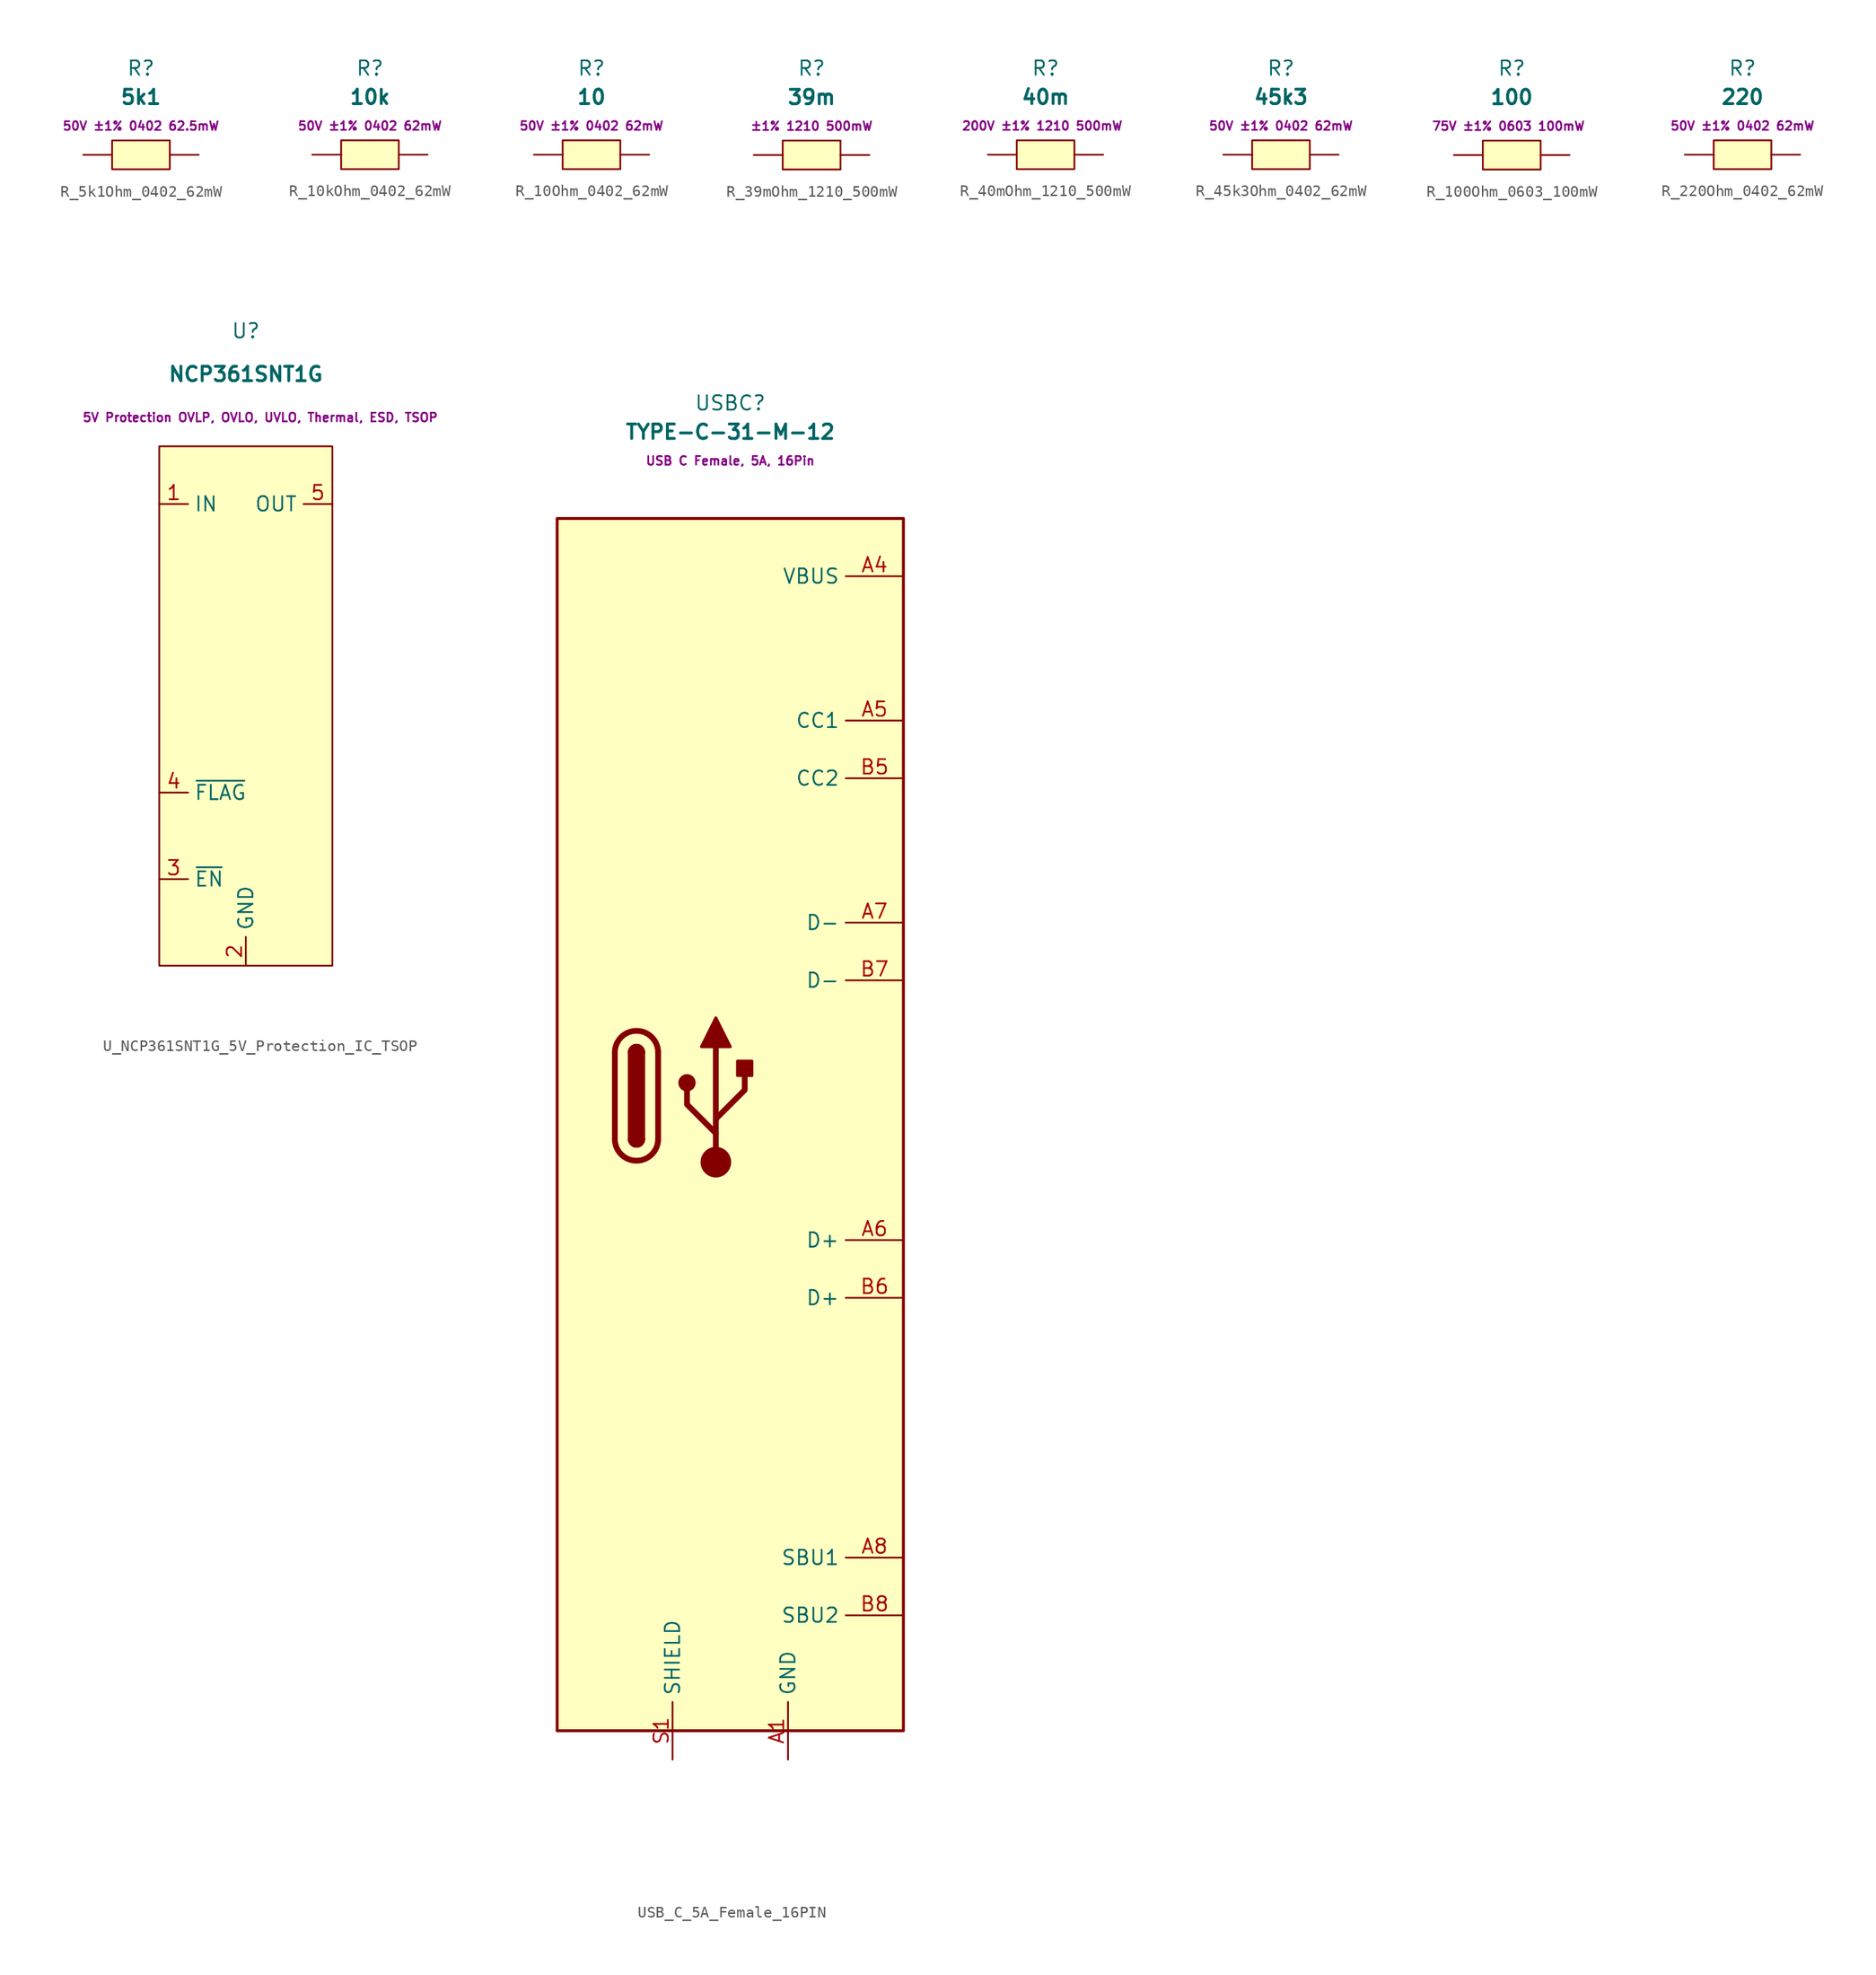
<source format=kicad_sym>
(kicad_symbol_lib
  (version 20231120)
  (generator "kicad_symbol_editor")
  (generator_version "8.0")
  (symbol "R_5k1Ohm_0402_62mW"
    (pin_numbers hide)
    (pin_names hide)
    (property "Reference" "R"
      (at 0 7.62 0)
      (effects (font (size 1.27 1.27))))
    (property "Value" "5k1"
      (at 0 5.08 0)
      (effects (font (size 1.27 1.27) (bold yes))))
    (property "Extra Values" "50V ±1% 0402 62.5mW"
      (at 0 2.54 0)
      (effects (font (size 0.762 0.762) (bold yes))))
    (symbol "R_5k1Ohm_0402_62mW_0_1"
      (rectangle (start -2.54 1.27) (end 2.54 -1.27) (stroke (width 0) (type default)) (fill (type background))))
    (symbol "R_5k1Ohm_0402_62mW_1_1"
      (pin passive line (at -5.08 0 0) (length 2.54) (name "1" (effects (font (size 1.27 1.27)))) (number "1" (effects (font (size 1.27 1.27)))))
      (pin passive line (at 5.08 0 180) (length 2.54) (name "2" (effects (font (size 1.27 1.27)))) (number "2" (effects (font (size 1.27 1.27)))))))
  (symbol "R_10kOhm_0402_62mW"
    (pin_numbers hide)
    (pin_names hide)
    (property "Reference" "R"
      (at 0 7.62 0)
      (effects (font (size 1.27 1.27))))
    (property "Value" "10k"
      (at 0 5.08 0)
      (effects (font (size 1.27 1.27) (bold yes))))
    (property "Extra Values" "50V ±1% 0402 62mW"
      (at 0 2.54 0)
      (effects (font (size 0.762 0.762) (bold yes))))
    (symbol "R_10kOhm_0402_62mW_0_1"
      (rectangle (start -2.54 1.27) (end 2.54 -1.27) (stroke (width 0) (type default)) (fill (type background))))
    (symbol "R_10kOhm_0402_62mW_1_1"
      (pin passive line (at -5.08 0 0) (length 2.54) (name "1" (effects (font (size 1.27 1.27)))) (number "1" (effects (font (size 1.27 1.27)))))
      (pin passive line (at 5.08 0 180) (length 2.54) (name "2" (effects (font (size 1.27 1.27)))) (number "2" (effects (font (size 1.27 1.27)))))))
  (symbol "R_10Ohm_0402_62mW"
    (pin_numbers hide)
    (pin_names hide)
    (property "Reference" "R"
      (at 0 7.62 0)
      (effects (font (size 1.27 1.27))))
    (property "Value" "10"
      (at 0 5.08 0)
      (effects (font (size 1.27 1.27) (bold yes))))
    (property "Extra Values" "50V ±1% 0402 62mW"
      (at 0 2.54 0)
      (effects (font (size 0.762 0.762) (bold yes))))
    (symbol "R_10Ohm_0402_62mW_0_1"
      (rectangle (start -2.54 1.27) (end 2.54 -1.27) (stroke (width 0) (type default)) (fill (type background))))
    (symbol "R_10Ohm_0402_62mW_1_1"
      (pin passive line (at -5.08 0 0) (length 2.54) (name "1" (effects (font (size 1.27 1.27)))) (number "1" (effects (font (size 1.27 1.27)))))
      (pin passive line (at 5.08 0 180) (length 2.54) (name "2" (effects (font (size 1.27 1.27)))) (number "2" (effects (font (size 1.27 1.27)))))))
  (symbol "R_39mOhm_1210_500mW"
    (pin_numbers hide)
    (pin_names hide)
    (property "Reference" "R"
      (at 0 7.62 0)
      (effects (font (size 1.27 1.27))))
    (property "Value" "39m"
      (at 0 5.08 0)
      (effects (font (size 1.27 1.27) (bold yes))))
    (property "Extra Value" "±1% 1210 500mW"
      (at 0 2.54 0)
      (effects (font (size 0.762 0.762))))
    (symbol "R_39mOhm_1210_500mW_0_1"
      (rectangle (start -2.54 1.27) (end 2.54 -1.27) (stroke (width 0) (type default)) (fill (type background))))
    (symbol "R_39mOhm_1210_500mW_1_1"
      (pin passive line (at -5.08 0 0) (length 2.54) (name "1" (effects (font (size 1.27 1.27)))) (number "1" (effects (font (size 1.27 1.27)))))
      (pin passive line (at 5.08 0 180) (length 2.54) (name "2" (effects (font (size 1.27 1.27)))) (number "2" (effects (font (size 1.27 1.27)))))))
  (symbol "R_40mOhm_1210_500mW"
    (pin_numbers hide)
    (pin_names hide)
    (property "Reference" "R"
      (at 0 7.62 0)
      (effects (font (size 1.27 1.27))))
    (property "Value" "40m"
      (at 0 5.08 0)
      (effects (font (size 1.27 1.27) (bold yes))))
    (property "Extra Values" "200V ±1% 1210 500mW "
      (at 0 2.54 0)
      (effects (font (size 0.762 0.762) (bold yes))))
    (symbol "R_40mOhm_1210_500mW_0_1"
      (rectangle (start -2.54 1.27) (end 2.54 -1.27) (stroke (width 0) (type default)) (fill (type background))))
    (symbol "R_40mOhm_1210_500mW_1_1"
      (pin passive line (at -5.08 0 0) (length 2.54) (name "1" (effects (font (size 1.27 1.27)))) (number "1" (effects (font (size 1.27 1.27)))))
      (pin passive line (at 5.08 0 180) (length 2.54) (name "2" (effects (font (size 1.27 1.27)))) (number "2" (effects (font (size 1.27 1.27)))))))
  (symbol "R_45k3Ohm_0402_62mW"
    (pin_numbers hide)
    (pin_names hide)
    (property "Reference" "R"
      (at 0 7.62 0)
      (effects (font (size 1.27 1.27))))
    (property "Value" "45k3"
      (at 0 5.08 0)
      (effects (font (size 1.27 1.27) (bold yes))))
    (property "Extra Values" "50V ±1% 0402 62mW"
      (at 0 2.54 0)
      (effects (font (size 0.762 0.762) (bold yes))))
    (symbol "R_45k3Ohm_0402_62mW_0_1"
      (rectangle (start -2.54 1.27) (end 2.54 -1.27) (stroke (width 0) (type default)) (fill (type background))))
    (symbol "R_45k3Ohm_0402_62mW_1_1"
      (pin passive line (at -5.08 0 0) (length 2.54) (name "1" (effects (font (size 1.27 1.27)))) (number "1" (effects (font (size 1.27 1.27)))))
      (pin passive line (at 5.08 0 180) (length 2.54) (name "2" (effects (font (size 1.27 1.27)))) (number "2" (effects (font (size 1.27 1.27)))))))
  (symbol "R_100Ohm_0603_100mW"
    (pin_numbers hide)
    (pin_names hide)
    (property "Reference" "R"
      (at 0 7.62 0)
      (effects (font (size 1.27 1.27))))
    (property "Value" "100"
      (at 0 5.08 0)
      (effects (font (size 1.27 1.27) (bold yes))))
    (property "Extra Values" "75V ±1% 0603 100mW "
      (at 0 2.54 0)
      (effects (font (size 0.762 0.762) (bold yes))))
    (symbol "R_100Ohm_0603_100mW_0_1"
      (rectangle (start -2.54 1.27) (end 2.54 -1.27) (stroke (width 0) (type default)) (fill (type background))))
    (symbol "R_100Ohm_0603_100mW_1_1"
      (pin passive line (at -5.08 0 0) (length 2.54) (name "1" (effects (font (size 1.27 1.27)))) (number "1" (effects (font (size 1.27 1.27)))))
      (pin passive line (at 5.08 0 180) (length 2.54) (name "2" (effects (font (size 1.27 1.27)))) (number "2" (effects (font (size 1.27 1.27)))))))
  (symbol "R_220Ohm_0402_62mW"
    (pin_numbers hide)
    (pin_names hide)
    (property "Reference" "R"
      (at 0 7.62 0)
      (effects (font (size 1.27 1.27))))
    (property "Value" "220"
      (at 0 5.08 0)
      (effects (font (size 1.27 1.27) (bold yes))))
    (property "Extra Values" "50V ±1% 0402 62mW"
      (at 0 2.54 0)
      (effects (font (size 0.762 0.762) (bold yes))))
    (symbol "R_220Ohm_0402_62mW_0_1"
      (rectangle (start -2.54 1.27) (end 2.54 -1.27) (stroke (width 0) (type default)) (fill (type background))))
    (symbol "R_220Ohm_0402_62mW_1_1"
      (pin passive line (at -5.08 0 0) (length 2.54) (name "1" (effects (font (size 1.27 1.27)))) (number "1" (effects (font (size 1.27 1.27)))))
      (pin passive line (at 5.08 0 180) (length 2.54) (name "2" (effects (font (size 1.27 1.27)))) (number "2" (effects (font (size 1.27 1.27)))))))
  (symbol "U_NCP361SNT1G_5V_Protection_IC_TSOP"
    (property "Reference" "U"
      (at 0 33.02 0)
      (effects (font (size 1.27 1.27))))
    (property "Value" "NCP361SNT1G"
      (at 0 29.21 0)
      (effects (font (size 1.27 1.27) (bold yes))))
    (property "Extra Values" "5V Protection OVLP, OVLO, UVLO, Thermal, ESD, TSOP"
      (at 1.27 25.4 0)
      (effects (font (size 0.762 0.762) (bold yes))))
    (symbol "U_NCP361SNT1G_5V_Protection_IC_TSOP_0_1"
      (rectangle (start -7.62 22.86) (end 7.62 -22.86) (stroke (width 0) (type default)) (fill (type background))))
    (symbol "U_NCP361SNT1G_5V_Protection_IC_TSOP_1_1"
      (pin power_in line (at -7.62 17.78 0) (length 2.54) (name "IN" (effects (font (size 1.27 1.27)))) (number "1" (effects (font (size 1.27 1.27)))))
      (pin power_in line (at 0 -22.86 90) (length 2.54) (name "GND" (effects (font (size 1.27 1.27)))) (number "2" (effects (font (size 1.27 1.27)))))
      (pin input line (at -7.62 -15.24 0) (length 2.54) (name "~{EN}" (effects (font (size 1.27 1.27)))) (number "3" (effects (font (size 1.27 1.27)))))
      (pin input line (at -7.62 -7.62 0) (length 2.54) (name "~{FLAG}" (effects (font (size 1.27 1.27)))) (number "4" (effects (font (size 1.27 1.27)))))
      (pin power_out line (at 7.62 17.78 180) (length 2.54) (name "OUT" (effects (font (size 1.27 1.27)))) (number "5" (effects (font (size 1.27 1.27)))))))
  (symbol "USB_C_5A_Female_16PIN"
    (property "Reference" "USBC"
      (at 0 60.96 0)
      (effects (font (size 1.27 1.27))))
    (property "Value" "TYPE-C-31-M-12"
      (at 0 58.42 0)
      (effects (font (size 1.27 1.27) (bold yes))))
    (property "Extra Values" "USB C Female, 5A, 16Pin"
      (at 0 55.88 0)
      (effects (font (size 0.762 0.762) (bold yes))))
    (symbol "USB_C_5A_Female_16PIN_0_1"
      (rectangle (start -15.24 50.8) (end 15.24 -55.88) (stroke (width 0.254) (type default)) (fill (type background)))
      (arc (start -10.16 -3.81) (mid -8.255 -5.7067) (end -6.35 -3.81) (stroke (width 0.508) (type default)) (fill (type none)))
      (arc (start -8.89 -3.81) (mid -8.255 -4.4423) (end -7.62 -3.81) (stroke (width 0.254) (type default)) (fill (type none)))
      (arc (start -8.89 -3.81) (mid -8.255 -4.4423) (end -7.62 -3.81) (stroke (width 0.254) (type default)) (fill (type outline)))
      (rectangle (start -8.89 -3.81) (end -7.62 3.81) (stroke (width 0.254) (type default)) (fill (type outline)))
      (arc (start -7.62 3.81) (mid -8.255 4.4423) (end -8.89 3.81) (stroke (width 0.254) (type default)) (fill (type none)))
      (arc (start -7.62 3.81) (mid -8.255 4.4423) (end -8.89 3.81) (stroke (width 0.254) (type default)) (fill (type outline)))
      (arc (start -6.35 3.81) (mid -8.255 5.7067) (end -10.16 3.81) (stroke (width 0.508) (type default)) (fill (type none)))
      (circle (center -3.81 1.143) (radius 0.635) (stroke (width 0.254) (type default)) (fill (type outline)))
      (circle (center -1.27 -5.842) (radius 1.27) (stroke (width 0) (type default)) (fill (type outline)))
      (polyline (pts (xy -10.16 -3.81) (xy -10.16 3.81)) (stroke (width 0.508) (type default)) (fill (type none)))
      (polyline (pts (xy -6.35 3.81) (xy -6.35 -3.81)) (stroke (width 0.508) (type default)) (fill (type none)))
      (polyline (pts (xy -1.27 -5.842) (xy -1.27 4.318)) (stroke (width 0.508) (type default)) (fill (type none)))
      (polyline (pts (xy -1.27 -3.302) (xy -3.81 -0.762) (xy -3.81 0.508)) (stroke (width 0.508) (type default)) (fill (type none)))
      (polyline (pts (xy -1.27 -2.032) (xy 1.27 0.508) (xy 1.27 1.778)) (stroke (width 0.508) (type default)) (fill (type none)))
      (polyline (pts (xy -2.54 4.318) (xy -1.27 6.858) (xy 0 4.318) (xy -2.54 4.318)) (stroke (width 0.254) (type default)) (fill (type outline)))
      (rectangle (start 0.635 1.778) (end 1.905 3.048) (stroke (width 0.254) (type default)) (fill (type outline))))
    (symbol "USB_C_5A_Female_16PIN_1_1"
      (pin power_in line (at 5.08 -58.42 90) (length 5.08) (name "GND" (effects (font (size 1.27 1.27)))) (number "A1" (effects (font (size 1.27 1.27)))))
      (pin passive line (at 5.08 -58.42 90) (length 5.08) hide (name "GND" (effects (font (size 1.27 1.27)))) (number "A12" (effects (font (size 1.27 1.27)))))
      (pin power_in line (at 15.24 45.72 180) (length 5.08) (name "VBUS" (effects (font (size 1.27 1.27)))) (number "A4" (effects (font (size 1.27 1.27)))))
      (pin bidirectional line (at 15.24 33.02 180) (length 5.08) (name "CC1" (effects (font (size 1.27 1.27)))) (number "A5" (effects (font (size 1.27 1.27)))))
      (pin bidirectional line (at 15.24 -12.7 180) (length 5.08) (name "D+" (effects (font (size 1.27 1.27)))) (number "A6" (effects (font (size 1.27 1.27)))))
      (pin bidirectional line (at 15.24 15.24 180) (length 5.08) (name "D-" (effects (font (size 1.27 1.27)))) (number "A7" (effects (font (size 1.27 1.27)))))
      (pin bidirectional line (at 15.24 -40.64 180) (length 5.08) (name "SBU1" (effects (font (size 1.27 1.27)))) (number "A8" (effects (font (size 1.27 1.27)))))
      (pin passive line (at 15.24 45.72 180) (length 5.08) hide (name "VBUS" (effects (font (size 1.27 1.27)))) (number "A9" (effects (font (size 1.27 1.27)))))
      (pin passive line (at 5.08 -58.42 90) (length 5.08) hide (name "GND" (effects (font (size 1.27 1.27)))) (number "B1" (effects (font (size 1.27 1.27)))))
      (pin passive line (at 5.08 -58.42 90) (length 5.08) hide (name "GND" (effects (font (size 1.27 1.27)))) (number "B12" (effects (font (size 1.27 1.27)))))
      (pin passive line (at 15.24 45.72 180) (length 5.08) hide (name "VBUS" (effects (font (size 1.27 1.27)))) (number "B4" (effects (font (size 1.27 1.27)))))
      (pin bidirectional line (at 15.24 27.94 180) (length 5.08) (name "CC2" (effects (font (size 1.27 1.27)))) (number "B5" (effects (font (size 1.27 1.27)))))
      (pin bidirectional line (at 15.24 -17.78 180) (length 5.08) (name "D+" (effects (font (size 1.27 1.27)))) (number "B6" (effects (font (size 1.27 1.27)))))
      (pin bidirectional line (at 15.24 10.16 180) (length 5.08) (name "D-" (effects (font (size 1.27 1.27)))) (number "B7" (effects (font (size 1.27 1.27)))))
      (pin bidirectional line (at 15.24 -45.72 180) (length 5.08) (name "SBU2" (effects (font (size 1.27 1.27)))) (number "B8" (effects (font (size 1.27 1.27)))))
      (pin passive line (at 15.24 45.72 180) (length 5.08) hide (name "VBUS" (effects (font (size 1.27 1.27)))) (number "B9" (effects (font (size 1.27 1.27)))))
      (pin passive line (at -5.08 -58.42 90) (length 5.08) (name "SHIELD" (effects (font (size 1.27 1.27)))) (number "S1" (effects (font (size 1.27 1.27))))))))
</source>
